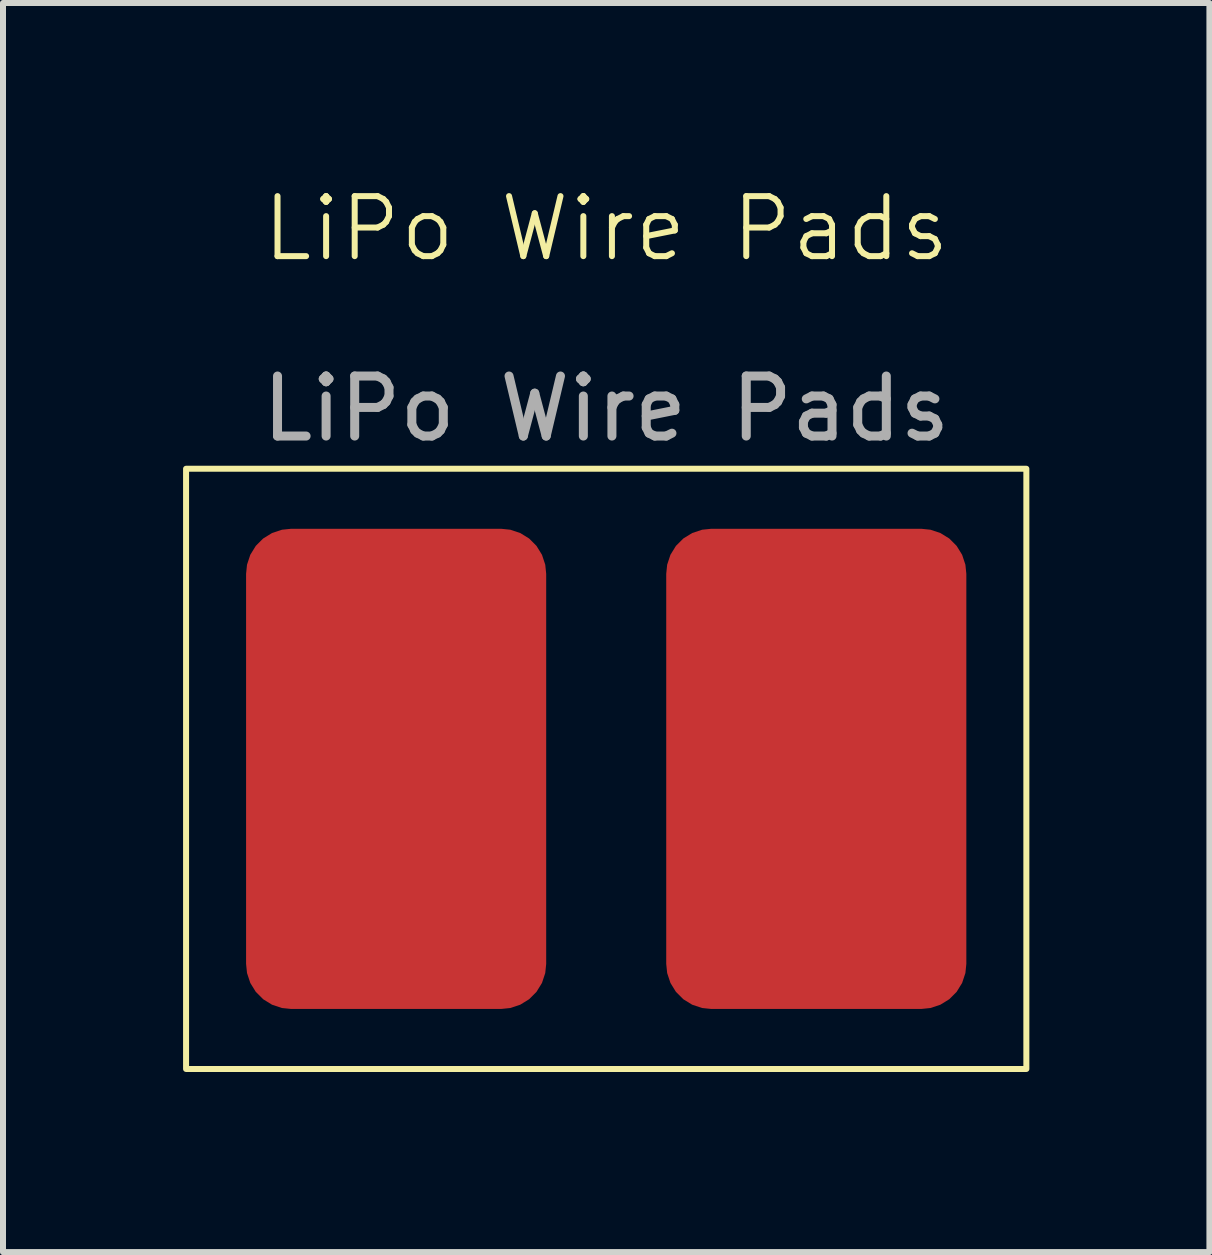
<source format=kicad_pcb>
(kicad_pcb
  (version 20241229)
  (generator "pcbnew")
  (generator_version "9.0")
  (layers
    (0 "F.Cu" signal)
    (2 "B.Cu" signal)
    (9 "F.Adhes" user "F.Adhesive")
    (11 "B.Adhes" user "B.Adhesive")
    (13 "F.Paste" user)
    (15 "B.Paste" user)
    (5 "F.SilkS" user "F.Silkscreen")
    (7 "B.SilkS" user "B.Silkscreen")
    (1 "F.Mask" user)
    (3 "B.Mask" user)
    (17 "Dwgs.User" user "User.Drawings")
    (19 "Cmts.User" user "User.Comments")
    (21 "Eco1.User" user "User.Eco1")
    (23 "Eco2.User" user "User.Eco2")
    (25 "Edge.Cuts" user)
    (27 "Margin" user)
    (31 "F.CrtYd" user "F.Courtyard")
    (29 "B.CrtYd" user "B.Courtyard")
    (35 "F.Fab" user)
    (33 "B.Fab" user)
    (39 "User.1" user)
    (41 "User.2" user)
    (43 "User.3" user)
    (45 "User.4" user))
  (footprint "LiPo Wire Pads"
    (layer "F.Cu")
    (at 7.05 1.26)
    (property "Reference" "LiPo Wire Pads" (at 0 -0.5 0) (unlocked yes) (layer "F.SilkS") (effects (font (size 1 1) (thickness 0.1))))
    (attr smd)
    (fp_rect (start -7 3.5) (end 7 13.5) (stroke (width 0.1) (type default)) (fill no) (layer "F.SilkS"))
    (fp_text user "${REFERENCE}" (at 0 2.5 0) (unlocked yes) (layer "F.Fab") (effects (font (size 1 1) (thickness 0.15))))
    (pad "1" smd roundrect (at -3.5 8.5) (size 5 8) (layers "F.Cu" "F.Mask" "F.Paste") (roundrect_rratio 0.15))
    (pad "2" smd roundrect (at 3.5 8.5) (size 5 8) (layers "F.Cu" "F.Mask" "F.Paste") (roundrect_rratio 0.15)))
  (gr_rect
    (start -3 -3)
    (end 17.1 17.811)
    (stroke (width 0.1) (type default))
    (fill no)
    (layer "Edge.Cuts")))
</source>
